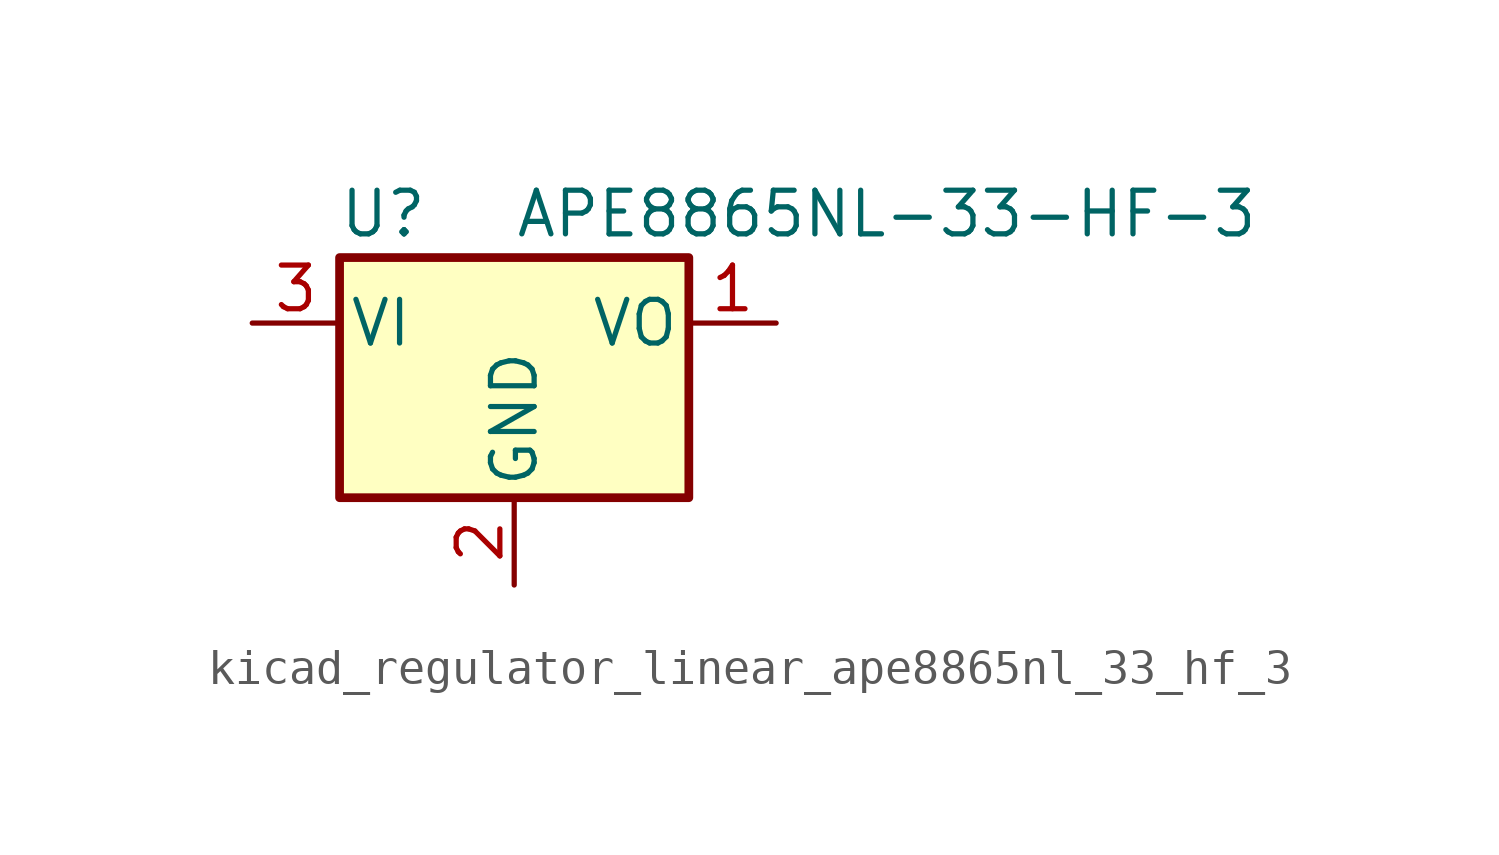
<source format=kicad_sym>
(kicad_symbol_lib
  (version 20220914)
  (generator kicad_symbol_editor)
  (symbol "kicad_regulator_linear_ape8865nl_33_hf_3"
    (pin_names
      (offset 0.254))
    (property "Reference" "U"
      (at -3.81 3.175 0)
      (effects (font (size 1.27 1.27))))
    (property "Value" "APE8865NL-33-HF-3"
      (at 0 3.175 0)
      (effects (font (size 1.27 1.27)) (justify left)))
    (symbol "kicad_regulator_linear_ape8865nl_33_hf_3_0_1"
      (rectangle (start -5.08 1.905) (end 5.08 -5.08) (stroke (width 0.254) (type default)) (fill (type background))))
    (symbol "kicad_regulator_linear_ape8865nl_33_hf_3_1_1"
      (pin power_out line (at 7.62 0 180) (length 2.54) (name "VO" (effects (font (size 1.27 1.27)))) (number "1" (effects (font (size 1.27 1.27)))))
      (pin power_in line (at 0 -7.62 90) (length 2.54) (name "GND" (effects (font (size 1.27 1.27)))) (number "2" (effects (font (size 1.27 1.27)))))
      (pin power_in line (at -7.62 0 0) (length 2.54) (name "VI" (effects (font (size 1.27 1.27)))) (number "3" (effects (font (size 1.27 1.27))))))))
</source>
